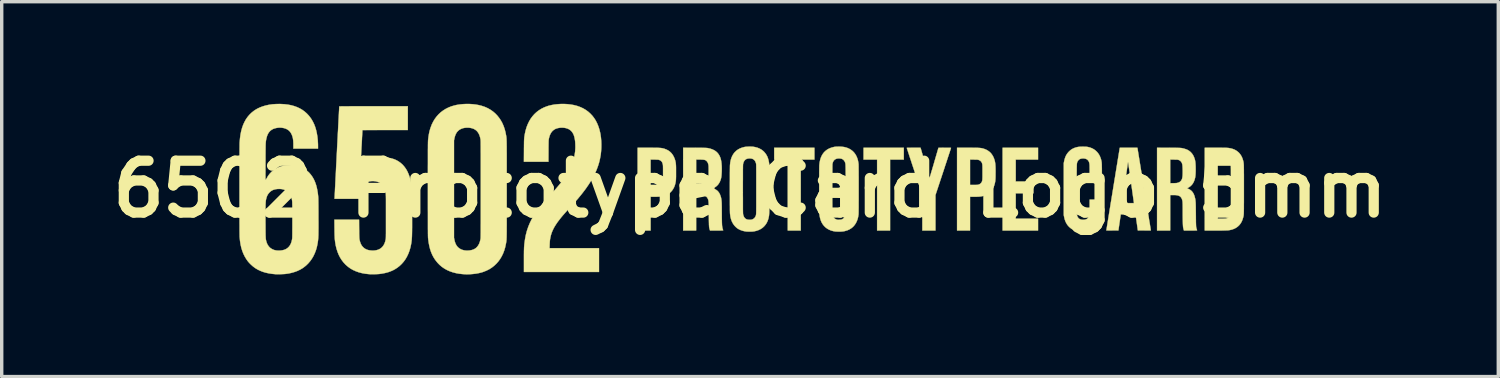
<source format=kicad_pcb>
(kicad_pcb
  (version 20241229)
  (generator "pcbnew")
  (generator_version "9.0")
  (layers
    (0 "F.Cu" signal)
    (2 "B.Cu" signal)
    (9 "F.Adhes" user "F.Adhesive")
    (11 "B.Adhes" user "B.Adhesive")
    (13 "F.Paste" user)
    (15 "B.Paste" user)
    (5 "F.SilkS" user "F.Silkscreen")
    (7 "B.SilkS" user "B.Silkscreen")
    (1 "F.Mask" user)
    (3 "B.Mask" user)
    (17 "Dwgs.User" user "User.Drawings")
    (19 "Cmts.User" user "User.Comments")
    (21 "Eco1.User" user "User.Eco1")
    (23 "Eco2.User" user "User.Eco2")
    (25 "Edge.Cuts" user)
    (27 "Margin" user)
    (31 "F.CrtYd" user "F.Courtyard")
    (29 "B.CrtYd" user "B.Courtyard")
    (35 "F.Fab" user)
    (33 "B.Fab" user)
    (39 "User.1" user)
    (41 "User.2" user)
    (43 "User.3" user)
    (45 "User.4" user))
  (footprint "6502 Prototype Card Logo 5mm"
    (layer "F.Cu")
    (at 18.985 2.506)
    (property "Reference" "6502 Prototype Card Logo 5mm" (at 0 0 0) (layer "F.SilkS") (effects (font (size 1.524 1.524) (thickness 0.3))))
    (attr through_hole)
    (fp_poly (pts (xy 1.892 -0.868) (xy 1.49 -0.868) (xy 1.49 1.215) (xy 1.109 1.215) (xy 1.109 -0.868) (xy 0.711 -0.868) (xy 0.711 -1.215) (xy 1.892 -1.215) (xy 1.892 -0.868)) (stroke (width 0.01) (type solid)) (fill yes) (layer "F.SilkS"))
    (fp_poly (pts (xy 4.517 -0.868) (xy 4.115 -0.868) (xy 4.115 1.215) (xy 3.734 1.215) (xy 3.734 -0.868) (xy 3.336 -0.868) (xy 3.336 -1.215) (xy 4.517 -1.215) (xy 4.517 -0.868)) (stroke (width 0.01) (type solid)) (fill yes) (layer "F.SilkS"))
    (fp_poly (pts (xy 8.462 -0.868) (xy 7.806 -0.868) (xy 7.806 -0.224) (xy 8.327 -0.224) (xy 8.327 0.123) (xy 7.806 0.123) (xy 7.806 0.868) (xy 8.462 0.868) (xy 8.462 1.215) (xy 7.421 1.215) (xy 7.421 -1.215) (xy 8.462 -1.215) (xy 8.462 -0.868)) (stroke (width 0.01) (type solid)) (fill yes) (layer "F.SilkS"))
    (fp_poly (pts (xy 5.01 -1.215) (xy 5.139 -0.77) (xy 5.157 -0.711) (xy 5.174 -0.654) (xy 5.189 -0.599) (xy 5.204 -0.548) (xy 5.218 -0.501) (xy 5.231 -0.459) (xy 5.242 -0.421) (xy 5.252 -0.389) (xy 5.26 -0.363) (xy 5.266 -0.343) (xy 5.271 -0.33) (xy 5.273 -0.325) (xy 5.273 -0.325) (xy 5.275 -0.329) (xy 5.278 -0.34) (xy 5.284 -0.359) (xy 5.292 -0.384) (xy 5.302 -0.415) (xy 5.313 -0.452) (xy 5.325 -0.494) (xy 5.339 -0.54) (xy 5.354 -0.59) (xy 5.37 -0.644) (xy 5.387 -0.701) (xy 5.404 -0.76) (xy 5.406 -0.768) (xy 5.536 -1.213) (xy 5.721 -1.214) (xy 5.767 -1.214) (xy 5.807 -1.214) (xy 5.841 -1.214) (xy 5.868 -1.213) (xy 5.889 -1.213) (xy 5.901 -1.212) (xy 5.905 -1.211) (xy 5.906 -1.211) (xy 5.904 -1.207) (xy 5.9 -1.195) (xy 5.894 -1.175) (xy 5.886 -1.149) (xy 5.875 -1.117) (xy 5.863 -1.079) (xy 5.848 -1.035) (xy 5.832 -0.986) (xy 5.814 -0.932) (xy 5.795 -0.874) (xy 5.775 -0.812) (xy 5.753 -0.746) (xy 5.73 -0.678) (xy 5.707 -0.606) (xy 5.683 -0.533) (xy 5.677 -0.515) (xy 5.448 0.176) (xy 5.448 1.215) (xy 5.063 1.215) (xy 5.063 0.695) (xy 5.063 0.176) (xy 4.834 -0.516) (xy 4.81 -0.59) (xy 4.786 -0.662) (xy 4.763 -0.731) (xy 4.742 -0.797) (xy 4.721 -0.86) (xy 4.701 -0.919) (xy 4.683 -0.974) (xy 4.667 -1.024) (xy 4.652 -1.069) (xy 4.639 -1.109) (xy 4.628 -1.143) (xy 4.619 -1.17) (xy 4.612 -1.191) (xy 4.608 -1.205) (xy 4.606 -1.211) (xy 4.606 -1.211) (xy 4.61 -1.212) (xy 4.622 -1.213) (xy 4.641 -1.213) (xy 4.666 -1.214) (xy 4.696 -1.214) (xy 4.732 -1.215) (xy 4.771 -1.215) (xy 4.808 -1.215) (xy 5.01 -1.215)) (stroke (width 0.01) (type solid)) (fill yes) (layer "F.SilkS"))
    (fp_poly (pts (xy 6.398 -1.215) (xy 6.463 -1.215) (xy 6.521 -1.215) (xy 6.572 -1.214) (xy 6.617 -1.214) (xy 6.655 -1.213) (xy 6.689 -1.213) (xy 6.718 -1.211) (xy 6.743 -1.21) (xy 6.765 -1.208) (xy 6.785 -1.205) (xy 6.802 -1.203) (xy 6.819 -1.199) (xy 6.835 -1.195) (xy 6.851 -1.191) (xy 6.868 -1.185) (xy 6.877 -1.183) (xy 6.936 -1.16) (xy 6.989 -1.13) (xy 7.037 -1.095) (xy 7.08 -1.053) (xy 7.116 -1.004) (xy 7.147 -0.95) (xy 7.172 -0.89) (xy 7.191 -0.828) (xy 7.196 -0.804) (xy 7.2 -0.781) (xy 7.204 -0.757) (xy 7.207 -0.731) (xy 7.209 -0.703) (xy 7.211 -0.671) (xy 7.212 -0.634) (xy 7.213 -0.592) (xy 7.214 -0.543) (xy 7.214 -0.495) (xy 7.213 -0.44) (xy 7.213 -0.392) (xy 7.212 -0.351) (xy 7.211 -0.315) (xy 7.209 -0.283) (xy 7.207 -0.256) (xy 7.204 -0.23) (xy 7.2 -0.206) (xy 7.195 -0.183) (xy 7.191 -0.163) (xy 7.171 -0.097) (xy 7.146 -0.037) (xy 7.114 0.017) (xy 7.077 0.065) (xy 7.034 0.107) (xy 6.986 0.142) (xy 6.932 0.171) (xy 6.872 0.194) (xy 6.841 0.203) (xy 6.814 0.209) (xy 6.787 0.214) (xy 6.76 0.218) (xy 6.729 0.221) (xy 6.695 0.222) (xy 6.656 0.224) (xy 6.61 0.224) (xy 6.588 0.224) (xy 6.464 0.224) (xy 6.464 1.215) (xy 6.083 1.215) (xy 6.083 -0.868) (xy 6.464 -0.868) (xy 6.464 -0.123) (xy 6.573 -0.123) (xy 6.613 -0.123) (xy 6.645 -0.124) (xy 6.67 -0.125) (xy 6.688 -0.126) (xy 6.701 -0.128) (xy 6.703 -0.129) (xy 6.738 -0.141) (xy 6.767 -0.159) (xy 6.791 -0.182) (xy 6.807 -0.209) (xy 6.808 -0.209) (xy 6.813 -0.221) (xy 6.817 -0.232) (xy 6.82 -0.243) (xy 6.823 -0.255) (xy 6.825 -0.268) (xy 6.827 -0.285) (xy 6.828 -0.304) (xy 6.829 -0.328) (xy 6.83 -0.357) (xy 6.83 -0.391) (xy 6.83 -0.433) (xy 6.83 -0.481) (xy 6.83 -0.495) (xy 6.83 -0.546) (xy 6.83 -0.589) (xy 6.83 -0.625) (xy 6.829 -0.656) (xy 6.829 -0.681) (xy 6.827 -0.701) (xy 6.826 -0.718) (xy 6.824 -0.733) (xy 6.821 -0.745) (xy 6.818 -0.756) (xy 6.814 -0.767) (xy 6.809 -0.778) (xy 6.808 -0.781) (xy 6.792 -0.807) (xy 6.769 -0.83) (xy 6.741 -0.848) (xy 6.709 -0.86) (xy 6.698 -0.863) (xy 6.686 -0.865) (xy 6.668 -0.866) (xy 6.643 -0.867) (xy 6.613 -0.867) (xy 6.58 -0.868) (xy 6.57 -0.868) (xy 6.464 -0.868) (xy 6.083 -0.868) (xy 6.083 -1.215) (xy 6.398 -1.215)) (stroke (width 0.01) (type solid)) (fill yes) (layer "F.SilkS"))
    (fp_poly (pts (xy -2.988 -1.215) (xy -2.922 -1.215) (xy -2.864 -1.215) (xy -2.813 -1.214) (xy -2.769 -1.214) (xy -2.73 -1.213) (xy -2.697 -1.213) (xy -2.668 -1.211) (xy -2.643 -1.21) (xy -2.62 -1.208) (xy -2.601 -1.205) (xy -2.583 -1.203) (xy -2.567 -1.199) (xy -2.55 -1.195) (xy -2.534 -1.191) (xy -2.517 -1.186) (xy -2.508 -1.183) (xy -2.45 -1.16) (xy -2.396 -1.131) (xy -2.348 -1.095) (xy -2.306 -1.053) (xy -2.27 -1.005) (xy -2.239 -0.95) (xy -2.213 -0.889) (xy -2.199 -0.845) (xy -2.194 -0.824) (xy -2.189 -0.804) (xy -2.185 -0.786) (xy -2.182 -0.766) (xy -2.18 -0.746) (xy -2.178 -0.723) (xy -2.176 -0.697) (xy -2.175 -0.667) (xy -2.174 -0.632) (xy -2.174 -0.591) (xy -2.174 -0.543) (xy -2.174 -0.497) (xy -2.174 -0.446) (xy -2.174 -0.402) (xy -2.174 -0.364) (xy -2.175 -0.332) (xy -2.176 -0.305) (xy -2.177 -0.282) (xy -2.178 -0.261) (xy -2.18 -0.243) (xy -2.183 -0.225) (xy -2.186 -0.208) (xy -2.189 -0.189) (xy -2.191 -0.178) (xy -2.208 -0.114) (xy -2.231 -0.055) (xy -2.261 0.000037) (xy -2.295 0.049) (xy -2.336 0.093) (xy -2.381 0.13) (xy -2.431 0.16) (xy -2.439 0.164) (xy -2.471 0.179) (xy -2.504 0.191) (xy -2.537 0.201) (xy -2.571 0.209) (xy -2.609 0.215) (xy -2.651 0.22) (xy -2.698 0.222) (xy -2.752 0.224) (xy -2.797 0.224) (xy -2.921 0.224) (xy -2.921 1.215) (xy -3.302 1.215) (xy -3.302 -0.868) (xy -2.921 -0.868) (xy -2.921 -0.123) (xy -2.812 -0.123) (xy -2.772 -0.123) (xy -2.741 -0.124) (xy -2.716 -0.125) (xy -2.697 -0.126) (xy -2.685 -0.128) (xy -2.682 -0.129) (xy -2.647 -0.142) (xy -2.617 -0.16) (xy -2.594 -0.183) (xy -2.577 -0.211) (xy -2.573 -0.223) (xy -2.568 -0.234) (xy -2.565 -0.245) (xy -2.562 -0.258) (xy -2.56 -0.272) (xy -2.558 -0.29) (xy -2.557 -0.311) (xy -2.556 -0.336) (xy -2.555 -0.366) (xy -2.555 -0.403) (xy -2.555 -0.446) (xy -2.555 -0.493) (xy -2.555 -0.541) (xy -2.555 -0.581) (xy -2.555 -0.615) (xy -2.556 -0.642) (xy -2.556 -0.665) (xy -2.557 -0.683) (xy -2.558 -0.697) (xy -2.559 -0.709) (xy -2.56 -0.719) (xy -2.562 -0.727) (xy -2.562 -0.729) (xy -2.573 -0.767) (xy -2.588 -0.798) (xy -2.608 -0.823) (xy -2.633 -0.842) (xy -2.664 -0.856) (xy -2.683 -0.862) (xy -2.693 -0.864) (xy -2.707 -0.865) (xy -2.725 -0.867) (xy -2.749 -0.867) (xy -2.779 -0.868) (xy -2.814 -0.868) (xy -2.921 -0.868) (xy -3.302 -0.868) (xy -3.302 -1.215) (xy -2.988 -1.215)) (stroke (width 0.01) (type solid)) (fill yes) (layer "F.SilkS"))
    (fp_poly (pts (xy 13.685 -1.215) (xy 13.749 -1.215) (xy 13.805 -1.215) (xy 13.854 -1.215) (xy 13.896 -1.214) (xy 13.932 -1.214) (xy 13.962 -1.213) (xy 13.988 -1.213) (xy 14.009 -1.212) (xy 14.026 -1.211) (xy 14.04 -1.21) (xy 14.052 -1.209) (xy 14.056 -1.209) (xy 14.123 -1.197) (xy 14.183 -1.18) (xy 14.237 -1.159) (xy 14.287 -1.131) (xy 14.331 -1.098) (xy 14.371 -1.061) (xy 14.409 -1.014) (xy 14.441 -0.962) (xy 14.467 -0.903) (xy 14.487 -0.839) (xy 14.488 -0.833) (xy 14.491 -0.822) (xy 14.493 -0.812) (xy 14.496 -0.803) (xy 14.498 -0.793) (xy 14.499 -0.783) (xy 14.501 -0.772) (xy 14.502 -0.76) (xy 14.504 -0.746) (xy 14.505 -0.731) (xy 14.506 -0.713) (xy 14.507 -0.692) (xy 14.507 -0.667) (xy 14.508 -0.64) (xy 14.508 -0.608) (xy 14.509 -0.571) (xy 14.509 -0.53) (xy 14.509 -0.483) (xy 14.51 -0.431) (xy 14.51 -0.373) (xy 14.51 -0.308) (xy 14.51 -0.236) (xy 14.51 -0.157) (xy 14.51 -0.07) (xy 14.51 0) (xy 14.51 0.093) (xy 14.51 0.178) (xy 14.51 0.255) (xy 14.51 0.325) (xy 14.51 0.388) (xy 14.509 0.445) (xy 14.509 0.496) (xy 14.509 0.541) (xy 14.509 0.581) (xy 14.508 0.616) (xy 14.508 0.647) (xy 14.507 0.674) (xy 14.506 0.697) (xy 14.506 0.718) (xy 14.505 0.735) (xy 14.503 0.75) (xy 14.502 0.763) (xy 14.501 0.775) (xy 14.499 0.786) (xy 14.497 0.795) (xy 14.495 0.805) (xy 14.493 0.815) (xy 14.49 0.825) (xy 14.488 0.833) (xy 14.468 0.899) (xy 14.443 0.958) (xy 14.411 1.011) (xy 14.373 1.059) (xy 14.33 1.1) (xy 14.281 1.135) (xy 14.226 1.164) (xy 14.166 1.186) (xy 14.139 1.193) (xy 14.123 1.197) (xy 14.109 1.2) (xy 14.094 1.203) (xy 14.079 1.206) (xy 14.063 1.208) (xy 14.044 1.21) (xy 14.024 1.211) (xy 14 1.212) (xy 13.972 1.213) (xy 13.939 1.214) (xy 13.902 1.214) (xy 13.859 1.215) (xy 13.809 1.215) (xy 13.752 1.215) (xy 13.687 1.215) (xy 13.685 1.215) (xy 13.36 1.215) (xy 13.36 -0.868) (xy 13.741 -0.868) (xy 13.741 0.868) (xy 13.854 0.868) (xy 13.892 0.868) (xy 13.922 0.867) (xy 13.946 0.867) (xy 13.965 0.865) (xy 13.981 0.864) (xy 13.993 0.862) (xy 13.995 0.861) (xy 14.031 0.849) (xy 14.061 0.831) (xy 14.086 0.806) (xy 14.105 0.774) (xy 14.12 0.736) (xy 14.121 0.729) (xy 14.122 0.725) (xy 14.123 0.72) (xy 14.124 0.714) (xy 14.125 0.707) (xy 14.125 0.697) (xy 14.126 0.686) (xy 14.126 0.671) (xy 14.127 0.654) (xy 14.127 0.633) (xy 14.128 0.608) (xy 14.128 0.579) (xy 14.128 0.545) (xy 14.128 0.506) (xy 14.128 0.462) (xy 14.129 0.412) (xy 14.129 0.355) (xy 14.129 0.292) (xy 14.129 0.222) (xy 14.129 0.145) (xy 14.129 0.059) (xy 14.129 0) (xy 14.129 -0.091) (xy 14.129 -0.173) (xy 14.129 -0.248) (xy 14.129 -0.315) (xy 14.129 -0.376) (xy 14.128 -0.43) (xy 14.128 -0.478) (xy 14.128 -0.521) (xy 14.128 -0.558) (xy 14.128 -0.59) (xy 14.127 -0.617) (xy 14.127 -0.641) (xy 14.127 -0.66) (xy 14.126 -0.677) (xy 14.126 -0.69) (xy 14.125 -0.701) (xy 14.124 -0.71) (xy 14.124 -0.717) (xy 14.123 -0.722) (xy 14.122 -0.727) (xy 14.121 -0.729) (xy 14.11 -0.766) (xy 14.094 -0.795) (xy 14.074 -0.819) (xy 14.049 -0.839) (xy 14.036 -0.847) (xy 14.023 -0.853) (xy 14.008 -0.858) (xy 13.992 -0.862) (xy 13.972 -0.864) (xy 13.948 -0.866) (xy 13.918 -0.867) (xy 13.881 -0.868) (xy 13.854 -0.868) (xy 13.741 -0.868) (xy 13.36 -0.868) (xy 13.36 -1.215) (xy 13.685 -1.215)) (stroke (width 0.01) (type solid)) (fill yes) (layer "F.SilkS"))
    (fp_poly (pts (xy 11.122 -1.215) (xy 11.381 -1.215) (xy 11.577 -0.007) (xy 11.594 0.093) (xy 11.61 0.19) (xy 11.625 0.286) (xy 11.64 0.378) (xy 11.655 0.468) (xy 11.669 0.554) (xy 11.682 0.636) (xy 11.695 0.714) (xy 11.707 0.788) (xy 11.718 0.856) (xy 11.728 0.92) (xy 11.738 0.978) (xy 11.747 1.031) (xy 11.754 1.077) (xy 11.761 1.117) (xy 11.766 1.15) (xy 11.77 1.176) (xy 11.773 1.194) (xy 11.775 1.205) (xy 11.776 1.208) (xy 11.776 1.209) (xy 11.775 1.211) (xy 11.771 1.212) (xy 11.765 1.213) (xy 11.756 1.214) (xy 11.742 1.214) (xy 11.724 1.214) (xy 11.7 1.214) (xy 11.669 1.214) (xy 11.632 1.214) (xy 11.586 1.214) (xy 11.586 1.214) (xy 11.394 1.213) (xy 11.361 0.977) (xy 11.327 0.741) (xy 11.11 0.741) (xy 11.068 0.741) (xy 11.028 0.741) (xy 10.992 0.741) (xy 10.961 0.741) (xy 10.934 0.741) (xy 10.913 0.741) (xy 10.899 0.742) (xy 10.892 0.742) (xy 10.892 0.742) (xy 10.891 0.746) (xy 10.89 0.758) (xy 10.887 0.777) (xy 10.883 0.802) (xy 10.879 0.832) (xy 10.873 0.867) (xy 10.868 0.905) (xy 10.862 0.947) (xy 10.857 0.978) (xy 10.823 1.213) (xy 10.646 1.214) (xy 10.608 1.214) (xy 10.573 1.214) (xy 10.542 1.214) (xy 10.515 1.214) (xy 10.493 1.213) (xy 10.478 1.213) (xy 10.47 1.212) (xy 10.469 1.212) (xy 10.47 1.208) (xy 10.472 1.195) (xy 10.475 1.175) (xy 10.479 1.148) (xy 10.485 1.115) (xy 10.491 1.075) (xy 10.499 1.029) (xy 10.507 0.977) (xy 10.516 0.92) (xy 10.526 0.859) (xy 10.537 0.793) (xy 10.548 0.723) (xy 10.56 0.65) (xy 10.572 0.574) (xy 10.585 0.495) (xy 10.598 0.413) (xy 10.6 0.402) (xy 10.939 0.402) (xy 10.939 0.404) (xy 10.94 0.406) (xy 10.942 0.407) (xy 10.947 0.408) (xy 10.955 0.409) (xy 10.967 0.41) (xy 10.983 0.41) (xy 11.005 0.41) (xy 11.033 0.411) (xy 11.068 0.411) (xy 11.11 0.411) (xy 11.28 0.411) (xy 11.258 0.255) (xy 11.241 0.133) (xy 11.225 0.02) (xy 11.21 -0.085) (xy 11.197 -0.182) (xy 11.184 -0.272) (xy 11.172 -0.354) (xy 11.162 -0.428) (xy 11.152 -0.495) (xy 11.143 -0.555) (xy 11.136 -0.607) (xy 11.129 -0.653) (xy 11.123 -0.692) (xy 11.119 -0.724) (xy 11.115 -0.75) (xy 11.112 -0.77) (xy 11.109 -0.783) (xy 11.108 -0.79) (xy 11.107 -0.792) (xy 11.104 -0.788) (xy 11.102 -0.782) (xy 11.101 -0.776) (xy 11.099 -0.763) (xy 11.096 -0.742) (xy 11.092 -0.715) (xy 11.088 -0.682) (xy 11.082 -0.643) (xy 11.076 -0.6) (xy 11.07 -0.552) (xy 11.062 -0.5) (xy 11.055 -0.446) (xy 11.047 -0.389) (xy 11.039 -0.33) (xy 11.03 -0.269) (xy 11.022 -0.208) (xy 11.014 -0.147) (xy 11.005 -0.086) (xy 10.997 -0.026) (xy 10.989 0.032) (xy 10.981 0.088) (xy 10.974 0.141) (xy 10.967 0.191) (xy 10.961 0.237) (xy 10.955 0.279) (xy 10.95 0.316) (xy 10.946 0.346) (xy 10.943 0.371) (xy 10.94 0.389) (xy 10.939 0.399) (xy 10.939 0.402) (xy 10.6 0.402) (xy 10.612 0.33) (xy 10.626 0.245) (xy 10.64 0.159) (xy 10.654 0.073) (xy 10.668 -0.014) (xy 10.682 -0.101) (xy 10.696 -0.188) (xy 10.71 -0.273) (xy 10.724 -0.357) (xy 10.737 -0.44) (xy 10.75 -0.52) (xy 10.763 -0.598) (xy 10.775 -0.673) (xy 10.787 -0.745) (xy 10.798 -0.813) (xy 10.808 -0.877) (xy 10.818 -0.936) (xy 10.827 -0.991) (xy 10.835 -1.04) (xy 10.842 -1.083) (xy 10.848 -1.12) (xy 10.853 -1.151) (xy 10.857 -1.175) (xy 10.86 -1.191) (xy 10.861 -1.2) (xy 10.861 -1.201) (xy 10.864 -1.215) (xy 11.122 -1.215)) (stroke (width 0.01) (type solid)) (fill yes) (layer "F.SilkS"))
    (fp_poly (pts (xy 9.819 -1.246) (xy 9.852 -1.246) (xy 9.88 -1.244) (xy 9.905 -1.241) (xy 9.929 -1.237) (xy 9.954 -1.231) (xy 9.98 -1.224) (xy 9.99 -1.221) (xy 10.048 -1.199) (xy 10.102 -1.17) (xy 10.151 -1.134) (xy 10.195 -1.092) (xy 10.234 -1.044) (xy 10.267 -0.991) (xy 10.293 -0.932) (xy 10.31 -0.882) (xy 10.316 -0.861) (xy 10.32 -0.842) (xy 10.324 -0.825) (xy 10.327 -0.807) (xy 10.33 -0.789) (xy 10.332 -0.769) (xy 10.333 -0.745) (xy 10.335 -0.718) (xy 10.335 -0.685) (xy 10.336 -0.647) (xy 10.337 -0.601) (xy 10.337 -0.583) (xy 10.338 -0.398) (xy 9.978 -0.398) (xy 9.978 -0.556) (xy 9.978 -0.603) (xy 9.977 -0.642) (xy 9.977 -0.675) (xy 9.976 -0.702) (xy 9.974 -0.725) (xy 9.972 -0.744) (xy 9.969 -0.76) (xy 9.966 -0.775) (xy 9.961 -0.789) (xy 9.957 -0.801) (xy 9.946 -0.823) (xy 9.93 -0.845) (xy 9.911 -0.864) (xy 9.895 -0.876) (xy 9.866 -0.89) (xy 9.831 -0.898) (xy 9.791 -0.902) (xy 9.787 -0.902) (xy 9.744 -0.899) (xy 9.708 -0.89) (xy 9.676 -0.875) (xy 9.651 -0.853) (xy 9.63 -0.825) (xy 9.621 -0.809) (xy 9.618 -0.802) (xy 9.616 -0.796) (xy 9.613 -0.791) (xy 9.611 -0.784) (xy 9.609 -0.778) (xy 9.607 -0.77) (xy 9.605 -0.76) (xy 9.604 -0.749) (xy 9.603 -0.736) (xy 9.601 -0.72) (xy 9.6 -0.701) (xy 9.6 -0.679) (xy 9.599 -0.653) (xy 9.598 -0.623) (xy 9.598 -0.588) (xy 9.598 -0.549) (xy 9.597 -0.504) (xy 9.597 -0.453) (xy 9.597 -0.396) (xy 9.597 -0.333) (xy 9.597 -0.263) (xy 9.597 -0.185) (xy 9.597 -0.1) (xy 9.597 -0.007) (xy 9.597 0.002) (xy 9.597 0.095) (xy 9.597 0.18) (xy 9.597 0.257) (xy 9.597 0.327) (xy 9.597 0.389) (xy 9.597 0.445) (xy 9.597 0.495) (xy 9.598 0.54) (xy 9.598 0.578) (xy 9.598 0.612) (xy 9.598 0.641) (xy 9.599 0.666) (xy 9.599 0.687) (xy 9.6 0.704) (xy 9.6 0.719) (xy 9.601 0.73) (xy 9.601 0.739) (xy 9.602 0.746) (xy 9.603 0.752) (xy 9.603 0.754) (xy 9.615 0.795) (xy 9.632 0.829) (xy 9.653 0.856) (xy 9.68 0.877) (xy 9.712 0.891) (xy 9.75 0.9) (xy 9.787 0.902) (xy 9.831 0.899) (xy 9.868 0.889) (xy 9.9 0.874) (xy 9.926 0.852) (xy 9.946 0.824) (xy 9.962 0.789) (xy 9.972 0.749) (xy 9.973 0.739) (xy 9.975 0.724) (xy 9.976 0.705) (xy 9.976 0.681) (xy 9.977 0.651) (xy 9.977 0.615) (xy 9.978 0.571) (xy 9.978 0.52) (xy 9.978 0.513) (xy 9.978 0.309) (xy 10.338 0.309) (xy 10.337 0.539) (xy 10.336 0.59) (xy 10.336 0.634) (xy 10.335 0.671) (xy 10.335 0.702) (xy 10.334 0.728) (xy 10.333 0.749) (xy 10.333 0.766) (xy 10.331 0.78) (xy 10.33 0.791) (xy 10.329 0.801) (xy 10.328 0.806) (xy 10.312 0.872) (xy 10.294 0.931) (xy 10.27 0.984) (xy 10.243 1.032) (xy 10.21 1.076) (xy 10.194 1.093) (xy 10.153 1.133) (xy 10.108 1.166) (xy 10.06 1.193) (xy 10.005 1.215) (xy 9.945 1.233) (xy 9.927 1.237) (xy 9.904 1.24) (xy 9.875 1.243) (xy 9.841 1.246) (xy 9.805 1.247) (xy 9.768 1.248) (xy 9.732 1.247) (xy 9.699 1.246) (xy 9.671 1.244) (xy 9.658 1.242) (xy 9.595 1.23) (xy 9.538 1.212) (xy 9.487 1.19) (xy 9.44 1.163) (xy 9.397 1.129) (xy 9.361 1.095) (xy 9.323 1.05) (xy 9.292 1) (xy 9.265 0.945) (xy 9.244 0.883) (xy 9.228 0.815) (xy 9.228 0.814) (xy 9.218 0.764) (xy 9.218 -0.764) (xy 9.228 -0.814) (xy 9.243 -0.879) (xy 9.262 -0.937) (xy 9.286 -0.99) (xy 9.315 -1.038) (xy 9.35 -1.082) (xy 9.372 -1.105) (xy 9.411 -1.141) (xy 9.451 -1.17) (xy 9.493 -1.193) (xy 9.54 -1.213) (xy 9.558 -1.219) (xy 9.586 -1.227) (xy 9.613 -1.234) (xy 9.64 -1.239) (xy 9.668 -1.243) (xy 9.7 -1.245) (xy 9.737 -1.246) (xy 9.779 -1.247) (xy 9.819 -1.246)) (stroke (width 0.01) (type solid)) (fill yes) (layer "F.SilkS"))
    (fp_poly (pts (xy -1.62 -1.214) (xy -1.558 -1.213) (xy -1.504 -1.213) (xy -1.457 -1.213) (xy -1.416 -1.213) (xy -1.381 -1.212) (xy -1.352 -1.212) (xy -1.328 -1.211) (xy -1.307 -1.211) (xy -1.29 -1.21) (xy -1.277 -1.209) (xy -1.265 -1.208) (xy -1.255 -1.207) (xy -1.246 -1.206) (xy -1.237 -1.205) (xy -1.229 -1.203) (xy -1.163 -1.187) (xy -1.103 -1.166) (xy -1.049 -1.14) (xy -1.002 -1.109) (xy -0.961 -1.072) (xy -0.926 -1.029) (xy -0.897 -0.981) (xy -0.873 -0.926) (xy -0.87 -0.917) (xy -0.856 -0.869) (xy -0.845 -0.814) (xy -0.837 -0.751) (xy -0.832 -0.683) (xy -0.83 -0.608) (xy -0.831 -0.528) (xy -0.833 -0.482) (xy -0.836 -0.435) (xy -0.839 -0.395) (xy -0.843 -0.36) (xy -0.849 -0.329) (xy -0.856 -0.299) (xy -0.865 -0.27) (xy -0.87 -0.255) (xy -0.893 -0.203) (xy -0.922 -0.155) (xy -0.956 -0.113) (xy -0.996 -0.077) (xy -1.04 -0.047) (xy -1.055 -0.04) (xy -1.068 -0.033) (xy -1.076 -0.028) (xy -1.078 -0.024) (xy -1.074 -0.021) (xy -1.064 -0.016) (xy -1.05 -0.009) (xy -1.045 -0.007) (xy -1.002 0.016) (xy -0.964 0.043) (xy -0.932 0.076) (xy -0.904 0.115) (xy -0.881 0.161) (xy -0.868 0.197) (xy -0.861 0.219) (xy -0.854 0.24) (xy -0.849 0.262) (xy -0.845 0.285) (xy -0.841 0.309) (xy -0.838 0.336) (xy -0.835 0.366) (xy -0.833 0.4) (xy -0.832 0.438) (xy -0.831 0.482) (xy -0.83 0.533) (xy -0.83 0.59) (xy -0.83 0.654) (xy -0.829 0.736) (xy -0.829 0.811) (xy -0.828 0.877) (xy -0.827 0.935) (xy -0.826 0.986) (xy -0.824 1.029) (xy -0.822 1.065) (xy -0.819 1.094) (xy -0.816 1.116) (xy -0.815 1.122) (xy -0.804 1.167) (xy -0.789 1.208) (xy -0.789 1.209) (xy -0.79 1.211) (xy -0.793 1.212) (xy -0.799 1.213) (xy -0.809 1.214) (xy -0.822 1.214) (xy -0.841 1.214) (xy -0.865 1.215) (xy -0.895 1.215) (xy -0.933 1.215) (xy -0.978 1.215) (xy -1.176 1.215) (xy -1.185 1.182) (xy -1.189 1.17) (xy -1.192 1.158) (xy -1.195 1.146) (xy -1.198 1.134) (xy -1.2 1.12) (xy -1.202 1.105) (xy -1.203 1.088) (xy -1.204 1.068) (xy -1.206 1.044) (xy -1.206 1.016) (xy -1.207 0.983) (xy -1.208 0.945) (xy -1.209 0.9) (xy -1.209 0.85) (xy -1.21 0.792) (xy -1.211 0.726) (xy -1.211 0.724) (xy -1.211 0.659) (xy -1.212 0.602) (xy -1.212 0.552) (xy -1.213 0.508) (xy -1.214 0.471) (xy -1.214 0.439) (xy -1.215 0.413) (xy -1.216 0.39) (xy -1.218 0.371) (xy -1.219 0.355) (xy -1.221 0.342) (xy -1.223 0.331) (xy -1.226 0.321) (xy -1.228 0.312) (xy -1.232 0.302) (xy -1.236 0.293) (xy -1.238 0.287) (xy -1.255 0.254) (xy -1.278 0.227) (xy -1.306 0.206) (xy -1.341 0.19) (xy -1.382 0.179) (xy -1.392 0.178) (xy -1.405 0.177) (xy -1.425 0.175) (xy -1.45 0.174) (xy -1.477 0.174) (xy -1.502 0.174) (xy -1.583 0.174) (xy -1.583 1.215) (xy -1.964 1.215) (xy -1.964 -0.173) (xy -1.583 -0.173) (xy -1.483 -0.175) (xy -1.445 -0.176) (xy -1.414 -0.177) (xy -1.39 -0.179) (xy -1.373 -0.181) (xy -1.36 -0.183) (xy -1.359 -0.184) (xy -1.321 -0.198) (xy -1.289 -0.218) (xy -1.263 -0.244) (xy -1.243 -0.276) (xy -1.228 -0.314) (xy -1.222 -0.34) (xy -1.22 -0.35) (xy -1.218 -0.363) (xy -1.217 -0.379) (xy -1.216 -0.399) (xy -1.216 -0.424) (xy -1.215 -0.455) (xy -1.215 -0.492) (xy -1.215 -0.526) (xy -1.215 -0.567) (xy -1.215 -0.602) (xy -1.216 -0.63) (xy -1.216 -0.652) (xy -1.217 -0.67) (xy -1.218 -0.685) (xy -1.22 -0.698) (xy -1.221 -0.709) (xy -1.223 -0.718) (xy -1.234 -0.758) (xy -1.25 -0.792) (xy -1.269 -0.818) (xy -1.275 -0.824) (xy -1.289 -0.836) (xy -1.302 -0.845) (xy -1.316 -0.853) (xy -1.333 -0.858) (xy -1.352 -0.862) (xy -1.376 -0.865) (xy -1.404 -0.867) (xy -1.44 -0.868) (xy -1.478 -0.868) (xy -1.583 -0.868) (xy -1.583 -0.173) (xy -1.964 -0.173) (xy -1.964 -1.215) (xy -1.62 -1.214)) (stroke (width 0.01) (type solid)) (fill yes) (layer "F.SilkS"))
    (fp_poly (pts (xy 12.303 -1.214) (xy 12.365 -1.213) (xy 12.42 -1.213) (xy 12.467 -1.213) (xy 12.508 -1.213) (xy 12.542 -1.212) (xy 12.571 -1.212) (xy 12.596 -1.211) (xy 12.616 -1.211) (xy 12.633 -1.21) (xy 12.647 -1.209) (xy 12.659 -1.208) (xy 12.669 -1.207) (xy 12.678 -1.206) (xy 12.686 -1.205) (xy 12.694 -1.203) (xy 12.726 -1.196) (xy 12.759 -1.187) (xy 12.792 -1.177) (xy 12.823 -1.166) (xy 12.847 -1.156) (xy 12.853 -1.153) (xy 12.902 -1.124) (xy 12.946 -1.088) (xy 12.985 -1.045) (xy 13.017 -0.997) (xy 13.044 -0.942) (xy 13.065 -0.882) (xy 13.07 -0.866) (xy 13.076 -0.839) (xy 13.081 -0.81) (xy 13.085 -0.779) (xy 13.088 -0.743) (xy 13.09 -0.702) (xy 13.092 -0.655) (xy 13.092 -0.635) (xy 13.093 -0.571) (xy 13.092 -0.511) (xy 13.09 -0.457) (xy 13.087 -0.408) (xy 13.082 -0.367) (xy 13.077 -0.336) (xy 13.06 -0.273) (xy 13.038 -0.216) (xy 13.011 -0.166) (xy 12.978 -0.123) (xy 12.94 -0.086) (xy 12.897 -0.055) (xy 12.872 -0.042) (xy 12.856 -0.033) (xy 12.847 -0.027) (xy 12.845 -0.022) (xy 12.85 -0.019) (xy 12.853 -0.018) (xy 12.871 -0.011) (xy 12.893 -0.001) (xy 12.916 0.012) (xy 12.939 0.027) (xy 12.958 0.042) (xy 12.965 0.047) (xy 12.995 0.079) (xy 13.02 0.115) (xy 13.041 0.157) (xy 13.059 0.204) (xy 13.07 0.247) (xy 13.074 0.264) (xy 13.078 0.28) (xy 13.081 0.296) (xy 13.084 0.313) (xy 13.086 0.33) (xy 13.088 0.349) (xy 13.09 0.371) (xy 13.092 0.395) (xy 13.093 0.423) (xy 13.094 0.455) (xy 13.095 0.492) (xy 13.096 0.535) (xy 13.096 0.583) (xy 13.097 0.639) (xy 13.098 0.702) (xy 13.098 0.743) (xy 13.099 0.807) (xy 13.099 0.864) (xy 13.1 0.913) (xy 13.1 0.956) (xy 13.101 0.992) (xy 13.102 1.024) (xy 13.103 1.05) (xy 13.104 1.072) (xy 13.105 1.091) (xy 13.106 1.107) (xy 13.108 1.12) (xy 13.11 1.132) (xy 13.113 1.142) (xy 13.115 1.152) (xy 13.119 1.163) (xy 13.122 1.173) (xy 13.123 1.175) (xy 13.128 1.189) (xy 13.132 1.202) (xy 13.134 1.208) (xy 13.134 1.209) (xy 13.133 1.211) (xy 13.13 1.212) (xy 13.124 1.213) (xy 13.115 1.214) (xy 13.101 1.214) (xy 13.083 1.214) (xy 13.058 1.215) (xy 13.028 1.215) (xy 12.991 1.215) (xy 12.945 1.215) (xy 12.748 1.215) (xy 12.739 1.182) (xy 12.734 1.163) (xy 12.729 1.143) (xy 12.725 1.126) (xy 12.725 1.126) (xy 12.723 1.11) (xy 12.721 1.085) (xy 12.719 1.053) (xy 12.717 1.012) (xy 12.716 0.965) (xy 12.715 0.91) (xy 12.714 0.848) (xy 12.713 0.779) (xy 12.713 0.704) (xy 12.713 0.651) (xy 12.713 0.594) (xy 12.713 0.544) (xy 12.712 0.501) (xy 12.712 0.465) (xy 12.711 0.434) (xy 12.71 0.408) (xy 12.709 0.386) (xy 12.707 0.367) (xy 12.705 0.351) (xy 12.702 0.337) (xy 12.699 0.324) (xy 12.695 0.311) (xy 12.691 0.298) (xy 12.689 0.294) (xy 12.673 0.259) (xy 12.652 0.231) (xy 12.63 0.212) (xy 12.611 0.201) (xy 12.59 0.192) (xy 12.567 0.185) (xy 12.541 0.18) (xy 12.51 0.176) (xy 12.473 0.174) (xy 12.429 0.174) (xy 12.422 0.174) (xy 12.344 0.174) (xy 12.344 1.215) (xy 11.959 1.215) (xy 11.959 -0.868) (xy 12.344 -0.868) (xy 12.344 -0.174) (xy 12.42 -0.174) (xy 12.447 -0.174) (xy 12.475 -0.175) (xy 12.5 -0.176) (xy 12.521 -0.177) (xy 12.531 -0.178) (xy 12.573 -0.187) (xy 12.61 -0.201) (xy 12.64 -0.222) (xy 12.665 -0.249) (xy 12.684 -0.281) (xy 12.694 -0.306) (xy 12.7 -0.331) (xy 12.705 -0.362) (xy 12.709 -0.398) (xy 12.711 -0.441) (xy 12.712 -0.491) (xy 12.712 -0.548) (xy 12.711 -0.569) (xy 12.71 -0.614) (xy 12.708 -0.652) (xy 12.706 -0.683) (xy 12.703 -0.709) (xy 12.699 -0.732) (xy 12.693 -0.751) (xy 12.687 -0.768) (xy 12.683 -0.777) (xy 12.664 -0.807) (xy 12.639 -0.832) (xy 12.609 -0.851) (xy 12.574 -0.863) (xy 12.569 -0.864) (xy 12.558 -0.865) (xy 12.541 -0.866) (xy 12.518 -0.867) (xy 12.491 -0.867) (xy 12.461 -0.868) (xy 12.445 -0.868) (xy 12.344 -0.868) (xy 11.959 -0.868) (xy 11.959 -1.215) (xy 12.303 -1.214)) (stroke (width 0.01) (type solid)) (fill yes) (layer "F.SilkS"))
    (fp_poly (pts (xy -5.364 -2.496) (xy -5.271 -2.485) (xy -5.181 -2.47) (xy -5.164 -2.466) (xy -5.072 -2.442) (xy -4.985 -2.41) (xy -4.904 -2.373) (xy -4.829 -2.329) (xy -4.758 -2.278) (xy -4.694 -2.221) (xy -4.634 -2.158) (xy -4.581 -2.089) (xy -4.533 -2.014) (xy -4.492 -1.933) (xy -4.456 -1.846) (xy -4.426 -1.754) (xy -4.402 -1.655) (xy -4.392 -1.603) (xy -4.379 -1.51) (xy -4.371 -1.413) (xy -4.368 -1.313) (xy -4.369 -1.213) (xy -4.375 -1.115) (xy -4.385 -1.02) (xy -4.39 -0.989) (xy -4.41 -0.882) (xy -4.436 -0.776) (xy -4.469 -0.671) (xy -4.508 -0.567) (xy -4.553 -0.463) (xy -4.606 -0.359) (xy -4.666 -0.253) (xy -4.733 -0.146) (xy -4.808 -0.037) (xy -4.835 0.001) (xy -4.879 0.059) (xy -4.923 0.117) (xy -4.969 0.174) (xy -5.017 0.233) (xy -5.068 0.294) (xy -5.124 0.357) (xy -5.184 0.424) (xy -5.249 0.496) (xy -5.283 0.533) (xy -5.331 0.585) (xy -5.373 0.631) (xy -5.411 0.673) (xy -5.445 0.711) (xy -5.475 0.746) (xy -5.504 0.778) (xy -5.53 0.81) (xy -5.555 0.84) (xy -5.579 0.871) (xy -5.599 0.896) (xy -5.653 0.967) (xy -5.7 1.036) (xy -5.741 1.101) (xy -5.776 1.165) (xy -5.805 1.228) (xy -5.83 1.291) (xy -5.85 1.355) (xy -5.865 1.421) (xy -5.867 1.429) (xy -5.872 1.458) (xy -5.877 1.488) (xy -5.88 1.519) (xy -5.883 1.553) (xy -5.885 1.591) (xy -5.887 1.637) (xy -5.887 1.644) (xy -5.89 1.736) (xy -4.437 1.736) (xy -4.437 2.434) (xy -6.642 2.434) (xy -6.642 2.105) (xy -6.642 2.037) (xy -6.642 1.976) (xy -6.642 1.923) (xy -6.641 1.875) (xy -6.641 1.833) (xy -6.64 1.796) (xy -6.639 1.763) (xy -6.638 1.733) (xy -6.637 1.705) (xy -6.635 1.68) (xy -6.633 1.655) (xy -6.631 1.63) (xy -6.628 1.605) (xy -6.627 1.594) (xy -6.609 1.465) (xy -6.585 1.341) (xy -6.554 1.223) (xy -6.516 1.11) (xy -6.472 1.002) (xy -6.422 0.899) (xy -6.411 0.88) (xy -6.373 0.814) (xy -6.333 0.749) (xy -6.29 0.684) (xy -6.243 0.618) (xy -6.193 0.551) (xy -6.138 0.482) (xy -6.079 0.41) (xy -6.014 0.335) (xy -5.944 0.256) (xy -5.893 0.201) (xy -5.814 0.115) (xy -5.742 0.035) (xy -5.676 -0.042) (xy -5.615 -0.114) (xy -5.559 -0.183) (xy -5.508 -0.249) (xy -5.462 -0.313) (xy -5.419 -0.374) (xy -5.38 -0.434) (xy -5.345 -0.493) (xy -5.312 -0.551) (xy -5.298 -0.578) (xy -5.249 -0.68) (xy -5.209 -0.784) (xy -5.177 -0.889) (xy -5.154 -0.996) (xy -5.138 -1.104) (xy -5.131 -1.214) (xy -5.131 -1.251) (xy -5.133 -1.333) (xy -5.138 -1.407) (xy -5.148 -1.474) (xy -5.161 -1.534) (xy -5.178 -1.588) (xy -5.2 -1.635) (xy -5.226 -1.676) (xy -5.256 -1.711) (xy -5.291 -1.74) (xy -5.33 -1.764) (xy -5.359 -1.777) (xy -5.407 -1.792) (xy -5.458 -1.802) (xy -5.512 -1.806) (xy -5.566 -1.805) (xy -5.618 -1.798) (xy -5.668 -1.787) (xy -5.714 -1.77) (xy -5.728 -1.763) (xy -5.769 -1.737) (xy -5.806 -1.705) (xy -5.837 -1.667) (xy -5.863 -1.623) (xy -5.885 -1.573) (xy -5.902 -1.515) (xy -5.911 -1.475) (xy -5.912 -1.466) (xy -5.914 -1.457) (xy -5.915 -1.447) (xy -5.916 -1.436) (xy -5.917 -1.424) (xy -5.918 -1.408) (xy -5.918 -1.39) (xy -5.919 -1.367) (xy -5.919 -1.34) (xy -5.92 -1.308) (xy -5.92 -1.27) (xy -5.921 -1.225) (xy -5.921 -1.173) (xy -5.921 -1.117) (xy -5.923 -0.804) (xy -6.643 -0.804) (xy -6.641 -1.131) (xy -6.641 -1.195) (xy -6.64 -1.25) (xy -6.64 -1.299) (xy -6.639 -1.341) (xy -6.639 -1.378) (xy -6.638 -1.41) (xy -6.637 -1.439) (xy -6.636 -1.463) (xy -6.634 -1.486) (xy -6.633 -1.506) (xy -6.63 -1.526) (xy -6.628 -1.545) (xy -6.625 -1.564) (xy -6.621 -1.585) (xy -6.617 -1.608) (xy -6.615 -1.623) (xy -6.593 -1.723) (xy -6.565 -1.817) (xy -6.531 -1.905) (xy -6.491 -1.988) (xy -6.446 -2.065) (xy -6.394 -2.136) (xy -6.337 -2.201) (xy -6.274 -2.26) (xy -6.205 -2.313) (xy -6.131 -2.359) (xy -6.052 -2.399) (xy -5.967 -2.432) (xy -5.915 -2.449) (xy -5.831 -2.469) (xy -5.743 -2.485) (xy -5.65 -2.495) (xy -5.555 -2.501) (xy -5.459 -2.501) (xy -5.364 -2.496)) (stroke (width 0.01) (type solid)) (fill yes) (layer "F.SilkS"))
    (fp_poly (pts (xy 2.635 -1.248) (xy 2.681 -1.246) (xy 2.724 -1.242) (xy 2.763 -1.237) (xy 2.781 -1.233) (xy 2.847 -1.215) (xy 2.907 -1.19) (xy 2.962 -1.158) (xy 3.011 -1.121) (xy 3.055 -1.077) (xy 3.093 -1.027) (xy 3.125 -0.971) (xy 3.151 -0.91) (xy 3.171 -0.842) (xy 3.184 -0.77) (xy 3.187 -0.744) (xy 3.188 -0.734) (xy 3.189 -0.717) (xy 3.189 -0.692) (xy 3.19 -0.66) (xy 3.19 -0.622) (xy 3.19 -0.578) (xy 3.191 -0.529) (xy 3.191 -0.476) (xy 3.191 -0.418) (xy 3.192 -0.357) (xy 3.192 -0.293) (xy 3.192 -0.227) (xy 3.192 -0.159) (xy 3.192 -0.09) (xy 3.192 -0.02) (xy 3.192 0.051) (xy 3.192 0.121) (xy 3.192 0.189) (xy 3.192 0.257) (xy 3.192 0.322) (xy 3.191 0.385) (xy 3.191 0.444) (xy 3.191 0.5) (xy 3.191 0.552) (xy 3.19 0.598) (xy 3.19 0.64) (xy 3.189 0.675) (xy 3.189 0.704) (xy 3.188 0.726) (xy 3.188 0.74) (xy 3.187 0.744) (xy 3.176 0.819) (xy 3.158 0.888) (xy 3.134 0.951) (xy 3.104 1.009) (xy 3.068 1.061) (xy 3.027 1.107) (xy 2.98 1.146) (xy 2.927 1.18) (xy 2.869 1.207) (xy 2.805 1.227) (xy 2.779 1.234) (xy 2.748 1.24) (xy 2.717 1.244) (xy 2.685 1.247) (xy 2.649 1.248) (xy 2.608 1.248) (xy 2.583 1.248) (xy 2.56 1.247) (xy 2.54 1.247) (xy 2.525 1.246) (xy 2.519 1.246) (xy 2.451 1.235) (xy 2.387 1.218) (xy 2.327 1.194) (xy 2.272 1.164) (xy 2.223 1.128) (xy 2.213 1.119) (xy 2.17 1.076) (xy 2.133 1.027) (xy 2.102 0.974) (xy 2.077 0.914) (xy 2.058 0.85) (xy 2.044 0.779) (xy 2.036 0.704) (xy 2.036 0.691) (xy 2.035 0.67) (xy 2.035 0.642) (xy 2.034 0.605) (xy 2.034 0.562) (xy 2.033 0.513) (xy 2.033 0.456) (xy 2.033 0.394) (xy 2.033 0.327) (xy 2.032 0.254) (xy 2.032 0.176) (xy 2.032 0.094) (xy 2.032 0.093) (xy 2.417 0.093) (xy 2.417 0.177) (xy 2.417 0.255) (xy 2.417 0.325) (xy 2.417 0.387) (xy 2.418 0.444) (xy 2.418 0.494) (xy 2.418 0.539) (xy 2.418 0.578) (xy 2.419 0.613) (xy 2.419 0.643) (xy 2.42 0.669) (xy 2.42 0.691) (xy 2.421 0.709) (xy 2.422 0.725) (xy 2.423 0.738) (xy 2.425 0.749) (xy 2.426 0.758) (xy 2.428 0.766) (xy 2.43 0.773) (xy 2.432 0.78) (xy 2.434 0.786) (xy 2.436 0.792) (xy 2.438 0.796) (xy 2.454 0.829) (xy 2.476 0.855) (xy 2.503 0.876) (xy 2.537 0.891) (xy 2.539 0.892) (xy 2.552 0.896) (xy 2.564 0.899) (xy 2.577 0.901) (xy 2.594 0.901) (xy 2.616 0.901) (xy 2.62 0.9) (xy 2.646 0.899) (xy 2.665 0.897) (xy 2.681 0.895) (xy 2.694 0.891) (xy 2.697 0.889) (xy 2.727 0.874) (xy 2.753 0.851) (xy 2.775 0.822) (xy 2.791 0.789) (xy 2.792 0.787) (xy 2.794 0.781) (xy 2.797 0.774) (xy 2.799 0.768) (xy 2.8 0.76) (xy 2.802 0.752) (xy 2.803 0.743) (xy 2.805 0.731) (xy 2.806 0.718) (xy 2.807 0.701) (xy 2.808 0.682) (xy 2.808 0.66) (xy 2.809 0.633) (xy 2.809 0.603) (xy 2.81 0.568) (xy 2.81 0.528) (xy 2.81 0.482) (xy 2.811 0.431) (xy 2.811 0.374) (xy 2.811 0.31) (xy 2.811 0.239) (xy 2.811 0.161) (xy 2.811 0.075) (xy 2.811 0) (xy 2.811 -0.092) (xy 2.811 -0.177) (xy 2.811 -0.254) (xy 2.811 -0.323) (xy 2.811 -0.386) (xy 2.811 -0.442) (xy 2.81 -0.492) (xy 2.81 -0.536) (xy 2.81 -0.575) (xy 2.809 -0.609) (xy 2.809 -0.639) (xy 2.808 -0.664) (xy 2.807 -0.686) (xy 2.807 -0.705) (xy 2.806 -0.72) (xy 2.804 -0.734) (xy 2.803 -0.745) (xy 2.802 -0.754) (xy 2.8 -0.762) (xy 2.798 -0.769) (xy 2.796 -0.775) (xy 2.794 -0.782) (xy 2.792 -0.787) (xy 2.776 -0.821) (xy 2.755 -0.849) (xy 2.729 -0.872) (xy 2.699 -0.889) (xy 2.697 -0.889) (xy 2.674 -0.896) (xy 2.644 -0.9) (xy 2.613 -0.902) (xy 2.582 -0.9) (xy 2.555 -0.896) (xy 2.546 -0.894) (xy 2.511 -0.88) (xy 2.481 -0.859) (xy 2.458 -0.833) (xy 2.439 -0.8) (xy 2.426 -0.76) (xy 2.422 -0.739) (xy 2.421 -0.731) (xy 2.42 -0.716) (xy 2.42 -0.692) (xy 2.419 -0.66) (xy 2.419 -0.621) (xy 2.419 -0.573) (xy 2.418 -0.518) (xy 2.418 -0.454) (xy 2.418 -0.382) (xy 2.417 -0.301) (xy 2.417 -0.213) (xy 2.417 -0.116) (xy 2.417 -0.01) (xy 2.417 -0.000281) (xy 2.417 0.093) (xy 2.032 0.093) (xy 2.032 0.008) (xy 2.032 0) (xy 2.032 -0.087) (xy 2.032 -0.169) (xy 2.032 -0.247) (xy 2.033 -0.321) (xy 2.033 -0.389) (xy 2.033 -0.451) (xy 2.033 -0.508) (xy 2.034 -0.558) (xy 2.034 -0.602) (xy 2.035 -0.639) (xy 2.035 -0.668) (xy 2.036 -0.69) (xy 2.036 -0.703) (xy 2.036 -0.704) (xy 2.045 -0.782) (xy 2.06 -0.855) (xy 2.08 -0.921) (xy 2.107 -0.982) (xy 2.139 -1.036) (xy 2.177 -1.085) (xy 2.222 -1.127) (xy 2.272 -1.164) (xy 2.328 -1.194) (xy 2.39 -1.218) (xy 2.457 -1.236) (xy 2.468 -1.239) (xy 2.503 -1.244) (xy 2.544 -1.247) (xy 2.588 -1.248) (xy 2.635 -1.248)) (stroke (width 0.01) (type solid)) (fill yes) (layer "F.SilkS"))
    (fp_poly (pts (xy 0.033 -1.248) (xy 0.065 -1.247) (xy 0.088 -1.245) (xy 0.158 -1.233) (xy 0.224 -1.214) (xy 0.284 -1.189) (xy 0.338 -1.158) (xy 0.386 -1.121) (xy 0.417 -1.091) (xy 0.453 -1.048) (xy 0.483 -1.003) (xy 0.509 -0.954) (xy 0.529 -0.9) (xy 0.545 -0.841) (xy 0.558 -0.776) (xy 0.563 -0.737) (xy 0.564 -0.727) (xy 0.564 -0.71) (xy 0.565 -0.684) (xy 0.565 -0.651) (xy 0.566 -0.61) (xy 0.566 -0.562) (xy 0.566 -0.506) (xy 0.567 -0.444) (xy 0.567 -0.375) (xy 0.567 -0.299) (xy 0.567 -0.217) (xy 0.567 -0.129) (xy 0.567 -0.035) (xy 0.567 0) (xy 0.567 0.092) (xy 0.567 0.176) (xy 0.567 0.253) (xy 0.567 0.322) (xy 0.567 0.384) (xy 0.567 0.44) (xy 0.567 0.49) (xy 0.566 0.535) (xy 0.566 0.574) (xy 0.566 0.609) (xy 0.565 0.639) (xy 0.565 0.666) (xy 0.564 0.689) (xy 0.563 0.709) (xy 0.562 0.726) (xy 0.561 0.741) (xy 0.56 0.755) (xy 0.559 0.767) (xy 0.558 0.777) (xy 0.556 0.788) (xy 0.555 0.798) (xy 0.554 0.8) (xy 0.539 0.87) (xy 0.517 0.935) (xy 0.489 0.994) (xy 0.454 1.047) (xy 0.414 1.094) (xy 0.368 1.136) (xy 0.316 1.171) (xy 0.258 1.2) (xy 0.195 1.223) (xy 0.127 1.239) (xy 0.092 1.244) (xy 0.077 1.246) (xy 0.056 1.247) (xy 0.03 1.248) (xy 0.002 1.248) (xy -0.027 1.248) (xy -0.055 1.248) (xy -0.079 1.247) (xy -0.099 1.247) (xy -0.106 1.246) (xy -0.162 1.237) (xy -0.217 1.224) (xy -0.27 1.206) (xy -0.319 1.184) (xy -0.362 1.159) (xy -0.382 1.145) (xy -0.429 1.103) (xy -0.47 1.057) (xy -0.505 1.005) (xy -0.534 0.948) (xy -0.557 0.886) (xy -0.574 0.817) (xy -0.585 0.743) (xy -0.588 0.712) (xy -0.589 0.699) (xy -0.589 0.678) (xy -0.59 0.649) (xy -0.591 0.612) (xy -0.591 0.568) (xy -0.591 0.516) (xy -0.592 0.457) (xy -0.592 0.391) (xy -0.592 0.319) (xy -0.592 0.24) (xy -0.593 0.155) (xy -0.593 0.064) (xy -0.593 0) (xy -0.21 0) (xy -0.21 0.092) (xy -0.21 0.175) (xy -0.209 0.251) (xy -0.209 0.319) (xy -0.209 0.381) (xy -0.209 0.436) (xy -0.209 0.485) (xy -0.209 0.529) (xy -0.209 0.566) (xy -0.209 0.599) (xy -0.208 0.628) (xy -0.208 0.652) (xy -0.207 0.673) (xy -0.207 0.69) (xy -0.206 0.704) (xy -0.206 0.715) (xy -0.205 0.725) (xy -0.205 0.732) (xy -0.204 0.738) (xy -0.203 0.743) (xy -0.202 0.746) (xy -0.19 0.788) (xy -0.173 0.824) (xy -0.151 0.852) (xy -0.125 0.874) (xy -0.093 0.89) (xy -0.056 0.899) (xy -0.015 0.901) (xy 0.006 0.901) (xy 0.025 0.9) (xy 0.041 0.898) (xy 0.046 0.897) (xy 0.08 0.885) (xy 0.11 0.867) (xy 0.136 0.843) (xy 0.155 0.814) (xy 0.159 0.806) (xy 0.162 0.799) (xy 0.165 0.793) (xy 0.168 0.787) (xy 0.17 0.781) (xy 0.172 0.775) (xy 0.174 0.768) (xy 0.176 0.76) (xy 0.177 0.75) (xy 0.179 0.738) (xy 0.18 0.723) (xy 0.181 0.706) (xy 0.181 0.686) (xy 0.182 0.662) (xy 0.183 0.634) (xy 0.183 0.602) (xy 0.183 0.565) (xy 0.184 0.523) (xy 0.184 0.475) (xy 0.184 0.422) (xy 0.184 0.362) (xy 0.184 0.296) (xy 0.184 0.222) (xy 0.184 0.141) (xy 0.184 0.052) (xy 0.184 0) (xy 0.184 -0.092) (xy 0.184 -0.177) (xy 0.184 -0.253) (xy 0.184 -0.322) (xy 0.184 -0.385) (xy 0.184 -0.441) (xy 0.184 -0.49) (xy 0.184 -0.534) (xy 0.183 -0.573) (xy 0.183 -0.606) (xy 0.183 -0.635) (xy 0.183 -0.66) (xy 0.182 -0.68) (xy 0.182 -0.698) (xy 0.181 -0.712) (xy 0.181 -0.724) (xy 0.18 -0.733) (xy 0.179 -0.74) (xy 0.179 -0.746) (xy 0.178 -0.751) (xy 0.177 -0.754) (xy 0.163 -0.796) (xy 0.145 -0.83) (xy 0.123 -0.857) (xy 0.096 -0.877) (xy 0.087 -0.882) (xy 0.067 -0.891) (xy 0.046 -0.897) (xy 0.024 -0.9) (xy -0.004 -0.902) (xy -0.013 -0.902) (xy -0.056 -0.899) (xy -0.093 -0.89) (xy -0.125 -0.874) (xy -0.151 -0.852) (xy -0.173 -0.823) (xy -0.19 -0.788) (xy -0.202 -0.746) (xy -0.203 -0.741) (xy -0.204 -0.735) (xy -0.205 -0.729) (xy -0.206 -0.721) (xy -0.206 -0.71) (xy -0.207 -0.698) (xy -0.207 -0.682) (xy -0.208 -0.664) (xy -0.208 -0.641) (xy -0.208 -0.615) (xy -0.209 -0.585) (xy -0.209 -0.549) (xy -0.209 -0.509) (xy -0.209 -0.463) (xy -0.209 -0.411) (xy -0.209 -0.353) (xy -0.209 -0.288) (xy -0.21 -0.217) (xy -0.21 -0.137) (xy -0.21 -0.05) (xy -0.21 0) (xy -0.593 0) (xy -0.593 -0.095) (xy -0.593 -0.184) (xy -0.592 -0.267) (xy -0.592 -0.343) (xy -0.592 -0.414) (xy -0.592 -0.477) (xy -0.591 -0.534) (xy -0.591 -0.583) (xy -0.59 -0.625) (xy -0.59 -0.659) (xy -0.589 -0.686) (xy -0.589 -0.704) (xy -0.588 -0.712) (xy -0.579 -0.79) (xy -0.564 -0.862) (xy -0.543 -0.927) (xy -0.516 -0.987) (xy -0.483 -1.041) (xy -0.444 -1.089) (xy -0.399 -1.131) (xy -0.348 -1.167) (xy -0.291 -1.197) (xy -0.229 -1.22) (xy -0.165 -1.237) (xy -0.141 -1.241) (xy -0.111 -1.244) (xy -0.076 -1.246) (xy -0.039 -1.248) (xy -0.002 -1.248) (xy 0.033 -1.248)) (stroke (width 0.01) (type solid)) (fill yes) (layer "F.SilkS"))
    (fp_poly (pts (xy -8.248 -2.501) (xy -8.152 -2.495) (xy -8.058 -2.484) (xy -7.968 -2.468) (xy -7.882 -2.446) (xy -7.801 -2.419) (xy -7.785 -2.413) (xy -7.703 -2.376) (xy -7.626 -2.332) (xy -7.554 -2.282) (xy -7.487 -2.225) (xy -7.426 -2.162) (xy -7.371 -2.093) (xy -7.321 -2.019) (xy -7.277 -1.939) (xy -7.24 -1.854) (xy -7.209 -1.764) (xy -7.184 -1.669) (xy -7.174 -1.617) (xy -7.172 -1.604) (xy -7.169 -1.593) (xy -7.167 -1.582) (xy -7.165 -1.572) (xy -7.164 -1.562) (xy -7.162 -1.552) (xy -7.16 -1.542) (xy -7.159 -1.531) (xy -7.158 -1.52) (xy -7.156 -1.507) (xy -7.155 -1.493) (xy -7.154 -1.477) (xy -7.153 -1.459) (xy -7.153 -1.439) (xy -7.152 -1.416) (xy -7.151 -1.39) (xy -7.151 -1.362) (xy -7.15 -1.33) (xy -7.15 -1.294) (xy -7.149 -1.254) (xy -7.149 -1.21) (xy -7.149 -1.162) (xy -7.149 -1.109) (xy -7.148 -1.05) (xy -7.148 -0.986) (xy -7.148 -0.917) (xy -7.148 -0.842) (xy -7.148 -0.76) (xy -7.148 -0.672) (xy -7.148 -0.577) (xy -7.148 -0.475) (xy -7.148 -0.366) (xy -7.148 -0.249) (xy -7.148 -0.124) (xy -7.148 0) (xy -7.148 0.133) (xy -7.148 0.257) (xy -7.148 0.373) (xy -7.148 0.482) (xy -7.148 0.584) (xy -7.148 0.678) (xy -7.148 0.766) (xy -7.148 0.847) (xy -7.148 0.922) (xy -7.148 0.991) (xy -7.148 1.054) (xy -7.149 1.112) (xy -7.149 1.165) (xy -7.149 1.213) (xy -7.149 1.257) (xy -7.15 1.297) (xy -7.15 1.332) (xy -7.151 1.364) (xy -7.151 1.392) (xy -7.152 1.418) (xy -7.153 1.44) (xy -7.154 1.46) (xy -7.154 1.478) (xy -7.155 1.494) (xy -7.157 1.508) (xy -7.158 1.52) (xy -7.159 1.532) (xy -7.161 1.543) (xy -7.162 1.553) (xy -7.164 1.563) (xy -7.166 1.573) (xy -7.167 1.583) (xy -7.169 1.594) (xy -7.172 1.605) (xy -7.174 1.617) (xy -7.195 1.715) (xy -7.223 1.808) (xy -7.257 1.896) (xy -7.298 1.979) (xy -7.344 2.056) (xy -7.397 2.128) (xy -7.455 2.193) (xy -7.519 2.253) (xy -7.588 2.307) (xy -7.662 2.354) (xy -7.742 2.394) (xy -7.827 2.428) (xy -7.877 2.445) (xy -7.961 2.466) (xy -8.051 2.483) (xy -8.145 2.494) (xy -8.241 2.501) (xy -8.338 2.502) (xy -8.435 2.497) (xy -8.539 2.486) (xy -8.638 2.468) (xy -8.732 2.444) (xy -8.821 2.413) (xy -8.904 2.376) (xy -8.982 2.332) (xy -9.054 2.282) (xy -9.121 2.225) (xy -9.182 2.162) (xy -9.238 2.092) (xy -9.261 2.06) (xy -9.304 1.991) (xy -9.341 1.918) (xy -9.373 1.841) (xy -9.4 1.759) (xy -9.422 1.671) (xy -9.44 1.578) (xy -9.454 1.477) (xy -9.456 1.459) (xy -9.457 1.452) (xy -9.457 1.445) (xy -9.458 1.436) (xy -9.459 1.427) (xy -9.459 1.416) (xy -9.46 1.404) (xy -9.46 1.39) (xy -9.461 1.374) (xy -9.461 1.355) (xy -9.461 1.334) (xy -9.462 1.31) (xy -9.462 1.282) (xy -9.462 1.251) (xy -9.462 1.216) (xy -9.463 1.177) (xy -9.463 1.133) (xy -9.463 1.085) (xy -9.463 1.032) (xy -9.463 0.973) (xy -9.463 0.909) (xy -9.463 0.839) (xy -9.463 0.763) (xy -9.463 0.681) (xy -9.464 0.592) (xy -9.464 0.496) (xy -9.464 0.393) (xy -9.464 0.282) (xy -9.464 0.163) (xy -9.464 0.036) (xy -9.464 0) (xy -9.464 -0.129) (xy -9.464 -0.25) (xy -9.464 -0.363) (xy -9.464 -0.468) (xy -9.464 -0.566) (xy -9.464 -0.657) (xy -9.463 -0.741) (xy -9.463 -0.819) (xy -9.463 -0.891) (xy -9.463 -0.956) (xy -9.463 -1.016) (xy -9.463 -1.071) (xy -9.463 -1.121) (xy -9.463 -1.165) (xy -9.462 -1.206) (xy -9.462 -1.242) (xy -9.462 -1.274) (xy -9.462 -1.303) (xy -9.461 -1.328) (xy -9.461 -1.35) (xy -9.461 -1.369) (xy -9.46 -1.386) (xy -9.46 -1.401) (xy -9.459 -1.413) (xy -9.459 -1.424) (xy -9.458 -1.429) (xy -8.697 -1.429) (xy -8.697 1.429) (xy -8.688 1.477) (xy -8.674 1.538) (xy -8.656 1.591) (xy -8.634 1.637) (xy -8.608 1.677) (xy -8.605 1.681) (xy -8.572 1.716) (xy -8.532 1.746) (xy -8.488 1.771) (xy -8.438 1.789) (xy -8.385 1.801) (xy -8.327 1.806) (xy -8.267 1.805) (xy -8.244 1.803) (xy -8.187 1.793) (xy -8.136 1.778) (xy -8.09 1.756) (xy -8.049 1.728) (xy -8.014 1.693) (xy -7.984 1.652) (xy -7.958 1.604) (xy -7.938 1.55) (xy -7.922 1.488) (xy -7.917 1.465) (xy -7.917 1.461) (xy -7.916 1.456) (xy -7.915 1.45) (xy -7.915 1.443) (xy -7.914 1.435) (xy -7.914 1.424) (xy -7.913 1.412) (xy -7.913 1.397) (xy -7.913 1.38) (xy -7.912 1.359) (xy -7.912 1.336) (xy -7.912 1.309) (xy -7.911 1.279) (xy -7.911 1.244) (xy -7.911 1.205) (xy -7.911 1.162) (xy -7.911 1.114) (xy -7.911 1.061) (xy -7.91 1.002) (xy -7.91 0.938) (xy -7.91 0.868) (xy -7.91 0.792) (xy -7.91 0.709) (xy -7.91 0.62) (xy -7.91 0.524) (xy -7.91 0.42) (xy -7.91 0.309) (xy -7.91 0.19) (xy -7.91 0.063) (xy -7.91 0) (xy -7.91 -0.131) (xy -7.91 -0.253) (xy -7.91 -0.368) (xy -7.91 -0.475) (xy -7.91 -0.575) (xy -7.91 -0.668) (xy -7.91 -0.753) (xy -7.91 -0.833) (xy -7.91 -0.905) (xy -7.91 -0.972) (xy -7.91 -1.033) (xy -7.911 -1.089) (xy -7.911 -1.14) (xy -7.911 -1.185) (xy -7.911 -1.226) (xy -7.911 -1.263) (xy -7.912 -1.295) (xy -7.912 -1.324) (xy -7.912 -1.349) (xy -7.912 -1.37) (xy -7.913 -1.389) (xy -7.913 -1.405) (xy -7.914 -1.419) (xy -7.914 -1.43) (xy -7.915 -1.439) (xy -7.915 -1.447) (xy -7.916 -1.453) (xy -7.916 -1.459) (xy -7.917 -1.463) (xy -7.917 -1.465) (xy -7.932 -1.529) (xy -7.95 -1.586) (xy -7.974 -1.636) (xy -8.002 -1.679) (xy -8.035 -1.716) (xy -8.074 -1.746) (xy -8.117 -1.77) (xy -8.166 -1.788) (xy -8.221 -1.8) (xy -8.255 -1.804) (xy -8.311 -1.806) (xy -8.365 -1.803) (xy -8.418 -1.794) (xy -8.467 -1.779) (xy -8.509 -1.76) (xy -8.549 -1.735) (xy -8.584 -1.704) (xy -8.615 -1.668) (xy -8.64 -1.625) (xy -8.661 -1.577) (xy -8.678 -1.521) (xy -8.688 -1.477) (xy -8.697 -1.429) (xy -9.458 -1.429) (xy -9.458 -1.434) (xy -9.458 -1.442) (xy -9.457 -1.45) (xy -9.456 -1.457) (xy -9.456 -1.459) (xy -9.446 -1.54) (xy -9.434 -1.615) (xy -9.42 -1.685) (xy -9.402 -1.751) (xy -9.383 -1.811) (xy -9.349 -1.9) (xy -9.308 -1.983) (xy -9.261 -2.061) (xy -9.208 -2.132) (xy -9.149 -2.198) (xy -9.084 -2.258) (xy -9.014 -2.311) (xy -8.938 -2.358) (xy -8.858 -2.398) (xy -8.772 -2.432) (xy -8.681 -2.458) (xy -8.632 -2.47) (xy -8.538 -2.486) (xy -8.442 -2.496) (xy -8.345 -2.501) (xy -8.248 -2.501)) (stroke (width 0.01) (type solid)) (fill yes) (layer "F.SilkS"))
    (fp_poly (pts (xy -10.054 -1.736) (xy -10.721 -1.736) (xy -10.795 -1.736) (xy -10.867 -1.736) (xy -10.937 -1.736) (xy -11.003 -1.735) (xy -11.065 -1.735) (xy -11.123 -1.735) (xy -11.177 -1.735) (xy -11.226 -1.735) (xy -11.269 -1.735) (xy -11.306 -1.734) (xy -11.337 -1.734) (xy -11.361 -1.734) (xy -11.377 -1.734) (xy -11.386 -1.733) (xy -11.388 -1.733) (xy -11.388 -1.728) (xy -11.389 -1.715) (xy -11.39 -1.695) (xy -11.391 -1.668) (xy -11.393 -1.635) (xy -11.395 -1.596) (xy -11.397 -1.553) (xy -11.4 -1.505) (xy -11.402 -1.454) (xy -11.405 -1.4) (xy -11.408 -1.344) (xy -11.411 -1.285) (xy -11.415 -1.226) (xy -11.418 -1.166) (xy -11.421 -1.106) (xy -11.424 -1.046) (xy -11.427 -0.988) (xy -11.431 -0.932) (xy -11.433 -0.878) (xy -11.436 -0.827) (xy -11.439 -0.78) (xy -11.441 -0.737) (xy -11.443 -0.699) (xy -11.445 -0.666) (xy -11.447 -0.639) (xy -11.448 -0.619) (xy -11.448 -0.607) (xy -11.449 -0.602) (xy -11.449 -0.586) (xy -11.447 -0.578) (xy -11.443 -0.576) (xy -11.435 -0.581) (xy -11.425 -0.594) (xy -11.411 -0.615) (xy -11.41 -0.616) (xy -11.363 -0.678) (xy -11.312 -0.734) (xy -11.255 -0.783) (xy -11.193 -0.825) (xy -11.126 -0.86) (xy -11.055 -0.888) (xy -10.978 -0.91) (xy -10.916 -0.922) (xy -10.887 -0.925) (xy -10.852 -0.927) (xy -10.812 -0.929) (xy -10.771 -0.929) (xy -10.73 -0.929) (xy -10.69 -0.927) (xy -10.655 -0.925) (xy -10.63 -0.921) (xy -10.564 -0.909) (xy -10.503 -0.894) (xy -10.447 -0.875) (xy -10.393 -0.851) (xy -10.384 -0.847) (xy -10.319 -0.809) (xy -10.259 -0.765) (xy -10.203 -0.714) (xy -10.153 -0.656) (xy -10.107 -0.592) (xy -10.067 -0.521) (xy -10.032 -0.443) (xy -10.002 -0.359) (xy -9.977 -0.269) (xy -9.957 -0.172) (xy -9.953 -0.145) (xy -9.95 -0.126) (xy -9.947 -0.107) (xy -9.945 -0.09) (xy -9.942 -0.072) (xy -9.94 -0.055) (xy -9.939 -0.036) (xy -9.937 -0.017) (xy -9.936 0.004) (xy -9.934 0.028) (xy -9.933 0.054) (xy -9.933 0.083) (xy -9.932 0.116) (xy -9.931 0.153) (xy -9.931 0.194) (xy -9.93 0.241) (xy -9.93 0.293) (xy -9.929 0.352) (xy -9.929 0.417) (xy -9.929 0.489) (xy -9.929 0.569) (xy -9.928 0.639) (xy -9.928 0.738) (xy -9.928 0.829) (xy -9.928 0.912) (xy -9.928 0.988) (xy -9.928 1.058) (xy -9.928 1.121) (xy -9.929 1.178) (xy -9.929 1.23) (xy -9.93 1.277) (xy -9.931 1.32) (xy -9.932 1.359) (xy -9.933 1.394) (xy -9.935 1.425) (xy -9.937 1.454) (xy -9.939 1.481) (xy -9.941 1.506) (xy -9.944 1.53) (xy -9.947 1.553) (xy -9.95 1.575) (xy -9.954 1.597) (xy -9.957 1.617) (xy -9.978 1.717) (xy -10.006 1.811) (xy -10.039 1.899) (xy -10.079 1.983) (xy -10.124 2.06) (xy -10.175 2.131) (xy -10.233 2.197) (xy -10.295 2.256) (xy -10.364 2.31) (xy -10.438 2.357) (xy -10.475 2.377) (xy -10.552 2.412) (xy -10.635 2.442) (xy -10.724 2.465) (xy -10.819 2.483) (xy -10.875 2.491) (xy -10.902 2.494) (xy -10.935 2.496) (xy -10.973 2.498) (xy -11.014 2.499) (xy -11.056 2.5) (xy -11.097 2.5) (xy -11.136 2.5) (xy -11.17 2.499) (xy -11.198 2.497) (xy -11.199 2.497) (xy -11.302 2.486) (xy -11.4 2.468) (xy -11.493 2.444) (xy -11.58 2.413) (xy -11.662 2.376) (xy -11.738 2.333) (xy -11.808 2.283) (xy -11.873 2.227) (xy -11.889 2.211) (xy -11.948 2.147) (xy -12 2.078) (xy -12.046 2.004) (xy -12.086 1.925) (xy -12.12 1.839) (xy -12.149 1.749) (xy -12.172 1.652) (xy -12.181 1.599) (xy -12.186 1.57) (xy -12.19 1.543) (xy -12.193 1.517) (xy -12.196 1.491) (xy -12.199 1.463) (xy -12.201 1.434) (xy -12.202 1.401) (xy -12.204 1.365) (xy -12.205 1.325) (xy -12.206 1.278) (xy -12.207 1.225) (xy -12.207 1.165) (xy -12.208 1.15) (xy -12.21 0.897) (xy -11.486 0.897) (xy -11.484 1.165) (xy -11.483 1.223) (xy -11.483 1.273) (xy -11.483 1.316) (xy -11.482 1.353) (xy -11.481 1.384) (xy -11.48 1.411) (xy -11.479 1.433) (xy -11.477 1.453) (xy -11.475 1.47) (xy -11.473 1.486) (xy -11.47 1.5) (xy -11.466 1.515) (xy -11.462 1.53) (xy -11.457 1.547) (xy -11.457 1.548) (xy -11.438 1.602) (xy -11.413 1.65) (xy -11.382 1.691) (xy -11.345 1.727) (xy -11.303 1.756) (xy -11.256 1.778) (xy -11.226 1.788) (xy -11.176 1.799) (xy -11.123 1.805) (xy -11.069 1.806) (xy -11.015 1.802) (xy -10.965 1.792) (xy -10.919 1.778) (xy -10.918 1.777) (xy -10.872 1.755) (xy -10.831 1.726) (xy -10.796 1.691) (xy -10.765 1.649) (xy -10.74 1.601) (xy -10.72 1.546) (xy -10.705 1.485) (xy -10.703 1.474) (xy -10.702 1.468) (xy -10.701 1.461) (xy -10.7 1.453) (xy -10.699 1.444) (xy -10.699 1.433) (xy -10.698 1.419) (xy -10.698 1.403) (xy -10.697 1.383) (xy -10.697 1.36) (xy -10.697 1.333) (xy -10.696 1.301) (xy -10.696 1.264) (xy -10.696 1.222) (xy -10.696 1.175) (xy -10.696 1.121) (xy -10.696 1.06) (xy -10.696 0.993) (xy -10.696 0.918) (xy -10.696 0.835) (xy -10.696 0.792) (xy -10.696 0.704) (xy -10.696 0.624) (xy -10.696 0.552) (xy -10.696 0.486) (xy -10.696 0.428) (xy -10.696 0.376) (xy -10.696 0.33) (xy -10.696 0.289) (xy -10.697 0.253) (xy -10.697 0.222) (xy -10.698 0.195) (xy -10.699 0.171) (xy -10.699 0.151) (xy -10.701 0.133) (xy -10.702 0.118) (xy -10.703 0.105) (xy -10.705 0.094) (xy -10.707 0.083) (xy -10.709 0.073) (xy -10.711 0.063) (xy -10.713 0.053) (xy -10.716 0.043) (xy -10.717 0.038) (xy -10.727 0.008) (xy -10.74 -0.025) (xy -10.755 -0.057) (xy -10.771 -0.086) (xy -10.787 -0.11) (xy -10.788 -0.11) (xy -10.821 -0.146) (xy -10.861 -0.176) (xy -10.905 -0.2) (xy -10.955 -0.218) (xy -11.008 -0.23) (xy -11.065 -0.236) (xy -11.124 -0.235) (xy -11.139 -0.233) (xy -11.198 -0.224) (xy -11.251 -0.209) (xy -11.298 -0.188) (xy -11.34 -0.16) (xy -11.376 -0.126) (xy -11.407 -0.086) (xy -11.43 -0.044) (xy -11.448 -0.003) (xy -11.461 0.042) (xy -11.472 0.091) (xy -11.479 0.146) (xy -11.483 0.208) (xy -11.484 0.215) (xy -11.486 0.284) (xy -12.205 0.284) (xy -12.205 0.266) (xy -12.205 0.259) (xy -12.204 0.245) (xy -12.203 0.224) (xy -12.202 0.195) (xy -12.2 0.159) (xy -12.198 0.116) (xy -12.195 0.068) (xy -12.193 0.014) (xy -12.19 -0.045) (xy -12.186 -0.109) (xy -12.183 -0.178) (xy -12.179 -0.251) (xy -12.176 -0.327) (xy -12.171 -0.407) (xy -12.167 -0.49) (xy -12.163 -0.575) (xy -12.159 -0.662) (xy -12.154 -0.752) (xy -12.149 -0.842) (xy -12.145 -0.934) (xy -12.14 -1.026) (xy -12.135 -1.119) (xy -12.131 -1.211) (xy -12.126 -1.303) (xy -12.121 -1.394) (xy -12.117 -1.483) (xy -12.112 -1.571) (xy -12.108 -1.657) (xy -12.103 -1.74) (xy -12.099 -1.821) (xy -12.095 -1.898) (xy -12.091 -1.971) (xy -12.088 -2.041) (xy -12.084 -2.106) (xy -12.081 -2.166) (xy -12.078 -2.221) (xy -12.076 -2.271) (xy -12.073 -2.314) (xy -12.071 -2.351) (xy -12.07 -2.381) (xy -12.069 -2.405) (xy -12.068 -2.42) (xy -12.067 -2.428) (xy -12.067 -2.429) (xy -12.065 -2.429) (xy -12.06 -2.43) (xy -12.052 -2.431) (xy -12.04 -2.431) (xy -12.024 -2.431) (xy -12.004 -2.432) (xy -11.979 -2.432) (xy -11.95 -2.432) (xy -11.915 -2.433) (xy -11.875 -2.433) (xy -11.829 -2.433) (xy -11.778 -2.433) (xy -11.72 -2.434) (xy -11.656 -2.434) (xy -11.585 -2.434) (xy -11.508 -2.434) (xy -11.423 -2.434) (xy -11.33 -2.434) (xy -11.23 -2.434) (xy -11.122 -2.434) (xy -11.06 -2.434) (xy -10.054 -2.434) (xy -10.054 -1.736)) (stroke (width 0.01) (type solid)) (fill yes) (layer "F.SilkS"))
    (fp_poly (pts (xy -13.786 -2.5) (xy -13.678 -2.494) (xy -13.577 -2.482) (xy -13.481 -2.464) (xy -13.391 -2.439) (xy -13.306 -2.408) (xy -13.227 -2.371) (xy -13.153 -2.328) (xy -13.085 -2.278) (xy -13.021 -2.222) (xy -12.962 -2.159) (xy -12.909 -2.09) (xy -12.885 -2.055) (xy -12.843 -1.983) (xy -12.806 -1.906) (xy -12.774 -1.823) (xy -12.748 -1.735) (xy -12.727 -1.641) (xy -12.71 -1.54) (xy -12.699 -1.434) (xy -12.693 -1.32) (xy -12.692 -1.235) (xy -12.692 -1.19) (xy -13.415 -1.19) (xy -13.416 -1.284) (xy -13.416 -1.337) (xy -13.418 -1.383) (xy -13.42 -1.424) (xy -13.425 -1.46) (xy -13.43 -1.494) (xy -13.438 -1.526) (xy -13.447 -1.558) (xy -13.448 -1.56) (xy -13.469 -1.613) (xy -13.495 -1.659) (xy -13.526 -1.699) (xy -13.563 -1.733) (xy -13.606 -1.76) (xy -13.654 -1.781) (xy -13.708 -1.796) (xy -13.761 -1.804) (xy -13.813 -1.807) (xy -13.866 -1.804) (xy -13.918 -1.796) (xy -13.966 -1.784) (xy -14.009 -1.768) (xy -14.01 -1.768) (xy -14.053 -1.744) (xy -14.092 -1.715) (xy -14.125 -1.68) (xy -14.153 -1.64) (xy -14.177 -1.593) (xy -14.196 -1.539) (xy -14.211 -1.478) (xy -14.212 -1.476) (xy -14.215 -1.46) (xy -14.217 -1.446) (xy -14.22 -1.432) (xy -14.222 -1.418) (xy -14.224 -1.403) (xy -14.226 -1.387) (xy -14.227 -1.37) (xy -14.229 -1.35) (xy -14.23 -1.328) (xy -14.231 -1.303) (xy -14.232 -1.273) (xy -14.232 -1.24) (xy -14.233 -1.202) (xy -14.233 -1.159) (xy -14.234 -1.111) (xy -14.234 -1.056) (xy -14.235 -0.994) (xy -14.235 -0.926) (xy -14.235 -0.849) (xy -14.235 -0.801) (xy -14.236 -0.724) (xy -14.236 -0.655) (xy -14.236 -0.593) (xy -14.236 -0.539) (xy -14.236 -0.491) (xy -14.237 -0.449) (xy -14.237 -0.414) (xy -14.236 -0.383) (xy -14.236 -0.358) (xy -14.236 -0.337) (xy -14.236 -0.32) (xy -14.235 -0.307) (xy -14.235 -0.297) (xy -14.234 -0.29) (xy -14.233 -0.285) (xy -14.232 -0.282) (xy -14.232 -0.28) (xy -14.23 -0.28) (xy -14.229 -0.279) (xy -14.229 -0.279) (xy -14.224 -0.282) (xy -14.217 -0.289) (xy -14.209 -0.302) (xy -14.201 -0.316) (xy -14.16 -0.386) (xy -14.113 -0.449) (xy -14.062 -0.504) (xy -14.006 -0.553) (xy -13.945 -0.595) (xy -13.88 -0.63) (xy -13.81 -0.658) (xy -13.754 -0.675) (xy -13.678 -0.69) (xy -13.6 -0.699) (xy -13.521 -0.702) (xy -13.442 -0.698) (xy -13.365 -0.689) (xy -13.29 -0.674) (xy -13.219 -0.653) (xy -13.152 -0.626) (xy -13.136 -0.618) (xy -13.071 -0.581) (xy -13.011 -0.537) (xy -12.955 -0.486) (xy -12.905 -0.428) (xy -12.859 -0.364) (xy -12.818 -0.294) (xy -12.796 -0.248) (xy -12.77 -0.184) (xy -12.747 -0.116) (xy -12.728 -0.043) (xy -12.712 0.035) (xy -12.698 0.12) (xy -12.689 0.197) (xy -12.688 0.208) (xy -12.687 0.22) (xy -12.686 0.234) (xy -12.685 0.25) (xy -12.684 0.27) (xy -12.684 0.292) (xy -12.683 0.319) (xy -12.683 0.35) (xy -12.682 0.385) (xy -12.682 0.426) (xy -12.681 0.473) (xy -12.681 0.525) (xy -12.681 0.585) (xy -12.68 0.651) (xy -12.68 0.726) (xy -12.68 0.787) (xy -12.68 0.875) (xy -12.679 0.955) (xy -12.679 1.028) (xy -12.679 1.093) (xy -12.679 1.153) (xy -12.68 1.206) (xy -12.68 1.254) (xy -12.681 1.296) (xy -12.681 1.335) (xy -12.682 1.369) (xy -12.684 1.401) (xy -12.685 1.429) (xy -12.687 1.455) (xy -12.689 1.479) (xy -12.691 1.502) (xy -12.694 1.523) (xy -12.697 1.545) (xy -12.7 1.566) (xy -12.704 1.589) (xy -12.707 1.606) (xy -12.727 1.704) (xy -12.754 1.797) (xy -12.788 1.885) (xy -12.827 1.968) (xy -12.873 2.046) (xy -12.925 2.119) (xy -12.983 2.186) (xy -13.046 2.247) (xy -13.115 2.301) (xy -13.146 2.323) (xy -13.217 2.365) (xy -13.294 2.402) (xy -13.378 2.433) (xy -13.467 2.459) (xy -13.56 2.479) (xy -13.644 2.491) (xy -13.664 2.493) (xy -13.69 2.495) (xy -13.721 2.496) (xy -13.755 2.498) (xy -13.791 2.499) (xy -13.827 2.5) (xy -13.862 2.5) (xy -13.893 2.501) (xy -13.919 2.5) (xy -13.939 2.5) (xy -13.942 2.499) (xy -14.045 2.489) (xy -14.141 2.474) (xy -14.231 2.454) (xy -14.315 2.429) (xy -14.393 2.398) (xy -14.466 2.363) (xy -14.535 2.321) (xy -14.599 2.274) (xy -14.659 2.221) (xy -14.685 2.196) (xy -14.711 2.169) (xy -14.733 2.144) (xy -14.752 2.121) (xy -14.77 2.097) (xy -14.79 2.069) (xy -14.798 2.057) (xy -14.844 1.981) (xy -14.884 1.899) (xy -14.918 1.812) (xy -14.946 1.72) (xy -14.968 1.621) (xy -14.984 1.517) (xy -14.994 1.41) (xy -14.995 1.4) (xy -14.995 1.381) (xy -14.995 1.355) (xy -14.996 1.322) (xy -14.996 1.281) (xy -14.997 1.234) (xy -14.997 1.182) (xy -14.997 1.123) (xy -14.997 1.059) (xy -14.998 0.991) (xy -14.998 0.917) (xy -14.998 0.84) (xy -14.998 0.759) (xy -14.998 0.744) (xy -14.236 0.744) (xy -14.236 0.812) (xy -14.236 0.888) (xy -14.236 0.965) (xy -14.235 1.039) (xy -14.235 1.106) (xy -14.235 1.165) (xy -14.234 1.217) (xy -14.234 1.262) (xy -14.233 1.302) (xy -14.233 1.337) (xy -14.232 1.367) (xy -14.231 1.393) (xy -14.23 1.415) (xy -14.229 1.434) (xy -14.228 1.451) (xy -14.226 1.465) (xy -14.224 1.478) (xy -14.222 1.491) (xy -14.219 1.502) (xy -14.217 1.514) (xy -14.213 1.527) (xy -14.212 1.533) (xy -14.194 1.588) (xy -14.17 1.638) (xy -14.14 1.681) (xy -14.105 1.719) (xy -14.064 1.749) (xy -14.018 1.774) (xy -13.968 1.792) (xy -13.912 1.803) (xy -13.852 1.807) (xy -13.788 1.804) (xy -13.777 1.803) (xy -13.719 1.793) (xy -13.667 1.777) (xy -13.62 1.754) (xy -13.579 1.724) (xy -13.543 1.688) (xy -13.513 1.646) (xy -13.488 1.597) (xy -13.469 1.542) (xy -13.455 1.48) (xy -13.45 1.446) (xy -13.449 1.434) (xy -13.448 1.415) (xy -13.447 1.388) (xy -13.447 1.352) (xy -13.446 1.309) (xy -13.446 1.257) (xy -13.446 1.197) (xy -13.445 1.128) (xy -13.445 1.051) (xy -13.445 0.966) (xy -13.445 0.902) (xy -13.445 0.822) (xy -13.445 0.75) (xy -13.445 0.686) (xy -13.445 0.629) (xy -13.446 0.578) (xy -13.446 0.533) (xy -13.446 0.494) (xy -13.447 0.46) (xy -13.448 0.43) (xy -13.448 0.404) (xy -13.449 0.382) (xy -13.451 0.363) (xy -13.452 0.346) (xy -13.454 0.332) (xy -13.456 0.319) (xy -13.458 0.307) (xy -13.46 0.295) (xy -13.463 0.284) (xy -13.466 0.272) (xy -13.468 0.265) (xy -13.487 0.209) (xy -13.512 0.159) (xy -13.542 0.116) (xy -13.578 0.079) (xy -13.619 0.049) (xy -13.665 0.025) (xy -13.716 0.008) (xy -13.772 -0.003) (xy -13.832 -0.006) (xy -13.888 -0.004) (xy -13.943 0.004) (xy -13.992 0.017) (xy -14.036 0.035) (xy -14.076 0.06) (xy -14.112 0.091) (xy -14.114 0.093) (xy -14.143 0.126) (xy -14.168 0.161) (xy -14.187 0.199) (xy -14.203 0.242) (xy -14.216 0.292) (xy -14.218 0.3) (xy -14.221 0.315) (xy -14.224 0.33) (xy -14.226 0.347) (xy -14.228 0.365) (xy -14.23 0.385) (xy -14.231 0.408) (xy -14.232 0.434) (xy -14.234 0.464) (xy -14.234 0.497) (xy -14.235 0.535) (xy -14.236 0.579) (xy -14.236 0.627) (xy -14.236 0.682) (xy -14.236 0.744) (xy -14.998 0.744) (xy -14.998 0.675) (xy -14.998 0.588) (xy -14.999 0.499) (xy -14.999 0.407) (xy -14.999 0.314) (xy -14.999 0.22) (xy -14.999 0.124) (xy -14.999 0.029) (xy -14.999 -0.067) (xy -14.999 -0.162) (xy -14.999 -0.257) (xy -14.999 -0.351) (xy -14.999 -0.443) (xy -14.998 -0.533) (xy -14.998 -0.621) (xy -14.998 -0.706) (xy -14.998 -0.787) (xy -14.998 -0.866) (xy -14.998 -0.94) (xy -14.997 -1.01) (xy -14.997 -1.075) (xy -14.997 -1.135) (xy -14.997 -1.19) (xy -14.996 -1.239) (xy -14.996 -1.281) (xy -14.996 -1.316) (xy -14.995 -1.345) (xy -14.995 -1.365) (xy -14.994 -1.378) (xy -14.994 -1.38) (xy -14.984 -1.494) (xy -14.969 -1.602) (xy -14.949 -1.703) (xy -14.923 -1.798) (xy -14.892 -1.886) (xy -14.855 -1.968) (xy -14.813 -2.045) (xy -14.765 -2.115) (xy -14.712 -2.179) (xy -14.653 -2.238) (xy -14.588 -2.291) (xy -14.546 -2.321) (xy -14.474 -2.364) (xy -14.395 -2.401) (xy -14.312 -2.432) (xy -14.222 -2.458) (xy -14.128 -2.478) (xy -14.029 -2.492) (xy -13.926 -2.499) (xy -13.818 -2.501) (xy -13.786 -2.5)) (stroke (width 0.01) (type solid)) (fill yes) (layer "F.SilkS")))
  (gr_rect
    (start -3 -3)
    (end 40.969 8.013)
    (stroke (width 0.1) (type default))
    (fill no)
    (layer "Edge.Cuts")))
</source>
